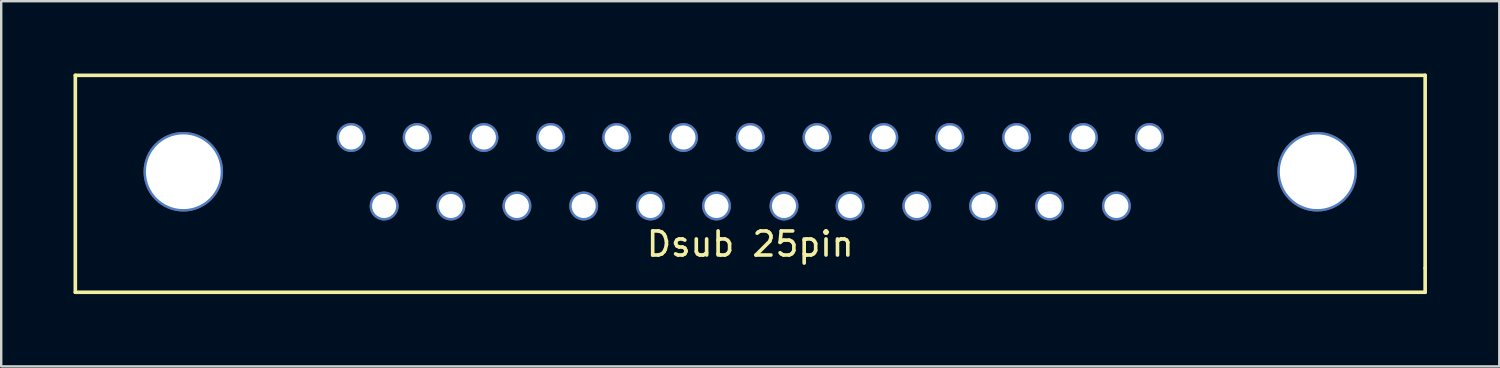
<source format=kicad_pcb>
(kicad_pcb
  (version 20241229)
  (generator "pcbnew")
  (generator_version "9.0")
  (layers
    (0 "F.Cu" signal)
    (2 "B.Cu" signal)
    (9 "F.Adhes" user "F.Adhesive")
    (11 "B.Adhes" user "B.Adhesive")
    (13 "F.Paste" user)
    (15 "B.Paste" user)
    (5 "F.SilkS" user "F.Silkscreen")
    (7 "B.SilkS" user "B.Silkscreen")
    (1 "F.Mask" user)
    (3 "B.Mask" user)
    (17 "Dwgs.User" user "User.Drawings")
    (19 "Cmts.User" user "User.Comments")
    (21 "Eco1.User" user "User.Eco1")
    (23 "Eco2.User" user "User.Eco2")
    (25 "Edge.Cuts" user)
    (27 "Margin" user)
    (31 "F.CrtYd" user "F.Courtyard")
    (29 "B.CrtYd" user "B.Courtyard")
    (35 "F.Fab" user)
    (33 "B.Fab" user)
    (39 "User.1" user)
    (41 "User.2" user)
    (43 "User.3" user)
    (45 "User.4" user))
  (footprint "Dsub 25pin"
    (layer "F.Cu")
    (at 28.075 4.075)
    (property "Reference" "Dsub 25pin" (at 0 3 0) (layer "F.SilkS") (effects (font (size 1 1) (thickness 0.15))))
    (attr through_hole)
    (fp_line (start -28 -4) (end -28 5) (stroke (width 0.15) (type solid)) (layer "F.SilkS"))
    (fp_line (start -28 5) (end 28 5) (stroke (width 0.15) (type solid)) (layer "F.SilkS"))
    (fp_line (start 28 -4) (end -28 -4) (stroke (width 0.15) (type solid)) (layer "F.SilkS"))
    (fp_line (start 28 4) (end 28 -4) (stroke (width 0.15) (type solid)) (layer "F.SilkS"))
    (fp_line (start 28 5) (end 28 4) (stroke (width 0.15) (type solid)) (layer "F.SilkS"))
    (pad "" thru_hole circle (at -23.52 0) (size 3.3 3.3) (drill 3.1) (layers "*.Cu" "*.Mask"))
    (pad "" thru_hole circle (at 23.52 0) (size 3.3 3.3) (drill 3.1) (layers "*.Cu" "*.Mask"))
    (pad "1" thru_hole circle (at -16.56 -1.42) (size 1.2 1.2) (drill 1) (layers "*.Cu" "*.Mask"))
    (pad "2" thru_hole circle (at -13.82 -1.42) (size 1.2 1.2) (drill 1) (layers "*.Cu" "*.Mask"))
    (pad "3" thru_hole circle (at -11.05 -1.42) (size 1.2 1.2) (drill 1) (layers "*.Cu" "*.Mask"))
    (pad "4" thru_hole circle (at -8.28 -1.42) (size 1.2 1.2) (drill 1) (layers "*.Cu" "*.Mask"))
    (pad "5" thru_hole circle (at -5.54 -1.42) (size 1.2 1.2) (drill 1) (layers "*.Cu" "*.Mask"))
    (pad "6" thru_hole circle (at -2.77 -1.42) (size 1.2 1.2) (drill 1) (layers "*.Cu" "*.Mask"))
    (pad "7" thru_hole circle (at 0 -1.42) (size 1.2 1.2) (drill 1) (layers "*.Cu" "*.Mask"))
    (pad "8" thru_hole circle (at 2.77 -1.42) (size 1.2 1.2) (drill 1) (layers "*.Cu" "*.Mask"))
    (pad "9" thru_hole circle (at 5.54 -1.42) (size 1.2 1.2) (drill 1) (layers "*.Cu" "*.Mask"))
    (pad "10" thru_hole circle (at 8.28 -1.42) (size 1.2 1.2) (drill 1) (layers "*.Cu" "*.Mask"))
    (pad "11" thru_hole circle (at 11.05 -1.42) (size 1.2 1.2) (drill 1) (layers "*.Cu" "*.Mask"))
    (pad "12" thru_hole circle (at 13.82 -1.42) (size 1.2 1.2) (drill 1) (layers "*.Cu" "*.Mask"))
    (pad "13" thru_hole circle (at 16.56 -1.42) (size 1.2 1.2) (drill 1) (layers "*.Cu" "*.Mask"))
    (pad "14" thru_hole circle (at -15.19 1.42) (size 1.2 1.2) (drill 1) (layers "*.Cu" "*.Mask"))
    (pad "15" thru_hole circle (at -12.42 1.42) (size 1.2 1.2) (drill 1) (layers "*.Cu" "*.Mask"))
    (pad "16" thru_hole circle (at -9.68 1.42) (size 1.2 1.2) (drill 1) (layers "*.Cu" "*.Mask"))
    (pad "17" thru_hole circle (at -6.91 1.42) (size 1.2 1.2) (drill 1) (layers "*.Cu" "*.Mask"))
    (pad "18" thru_hole circle (at -4.14 1.42) (size 1.2 1.2) (drill 1) (layers "*.Cu" "*.Mask"))
    (pad "19" thru_hole circle (at -1.4 1.42) (size 1.2 1.2) (drill 1) (layers "*.Cu" "*.Mask"))
    (pad "20" thru_hole circle (at 1.4 1.42) (size 1.2 1.2) (drill 1) (layers "*.Cu" "*.Mask"))
    (pad "21" thru_hole circle (at 4.14 1.42) (size 1.2 1.2) (drill 1) (layers "*.Cu" "*.Mask"))
    (pad "22" thru_hole circle (at 6.91 1.42) (size 1.2 1.2) (drill 1) (layers "*.Cu" "*.Mask"))
    (pad "23" thru_hole circle (at 9.68 1.42) (size 1.2 1.2) (drill 1) (layers "*.Cu" "*.Mask"))
    (pad "24" thru_hole circle (at 12.42 1.42) (size 1.2 1.2) (drill 1) (layers "*.Cu" "*.Mask"))
    (pad "25" thru_hole circle (at 15.19 1.42) (size 1.2 1.2) (drill 1) (layers "*.Cu" "*.Mask")))
  (gr_rect
    (start -3 -3)
    (end 59.15 12.15)
    (stroke (width 0.1) (type default))
    (fill no)
    (layer "Edge.Cuts")))
</source>
